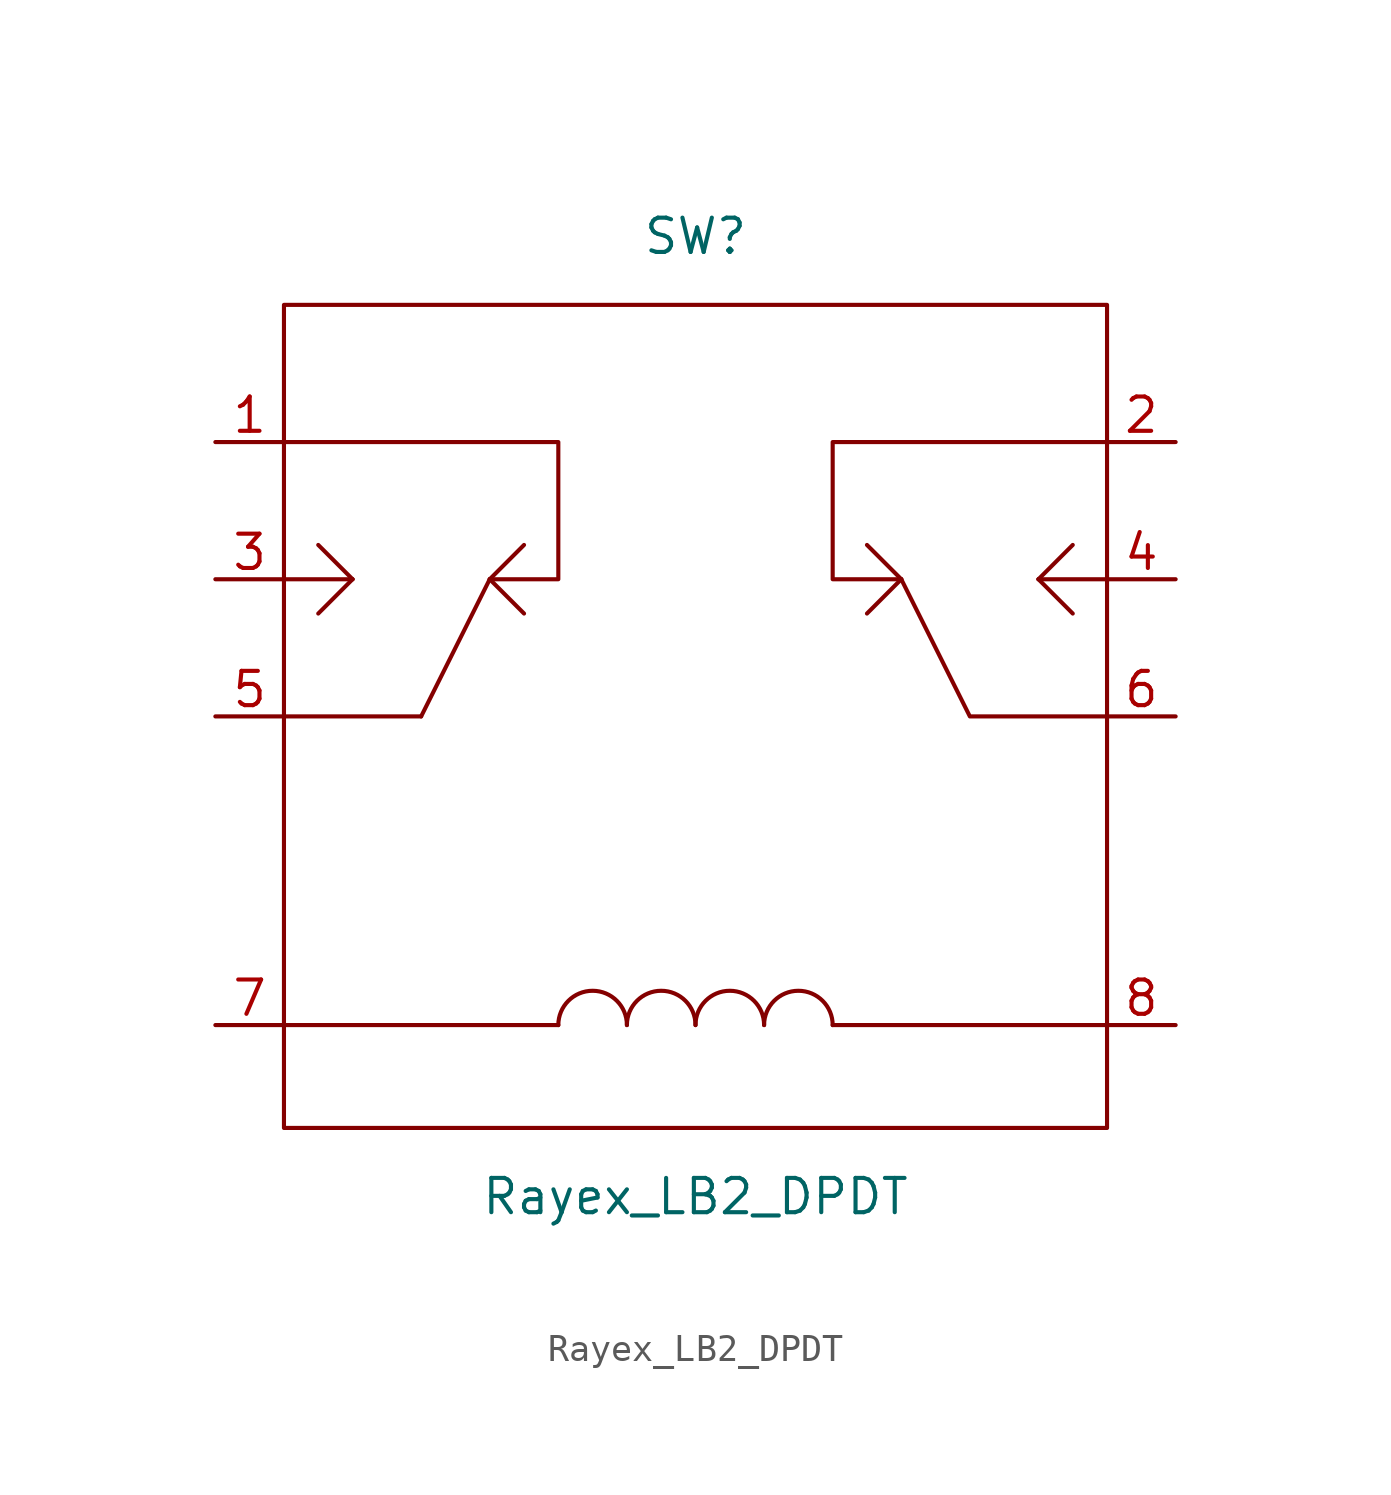
<source format=kicad_sym>
(kicad_symbol_lib
  (version 20211014)
  (generator kicad_symbol_editor)
  (symbol "Rayex_LB2_DPDT"
    (pin_names
      (offset 1.016))
    (property "Reference" "SW"
      (at 0 17.78 0)
      (effects (font (size 1.27 1.27))))
    (property "Value" "Rayex_LB2_DPDT"
      (at 0 -17.78 0)
      (effects (font (size 1.27 1.27))))
    (symbol "Rayex_LB2_DPDT_0_1"
      (rectangle (start -15.24 15.24) (end 15.24 -15.24) (stroke (width 0) (type default) (color 0 0 0 0)) (fill (type none)))
      (arc (start -2.54 -11.43) (mid -3.81 -10.16) (end -5.08 -11.43) (stroke (width 0) (type default) (color 0 0 0 0)) (fill (type none)))
      (polyline (pts (xy -15.24 -11.43) (xy -5.08 -11.43)) (stroke (width 0) (type default) (color 0 0 0 0)) (fill (type none)))
      (polyline (pts (xy -15.24 0) (xy -10.16 0)) (stroke (width 0) (type default) (color 0 0 0 0)) (fill (type none)))
      (polyline (pts (xy -15.24 5.08) (xy -12.7 5.08)) (stroke (width 0) (type default) (color 0 0 0 0)) (fill (type none)))
      (polyline (pts (xy -12.7 5.08) (xy -13.97 3.81)) (stroke (width 0) (type default) (color 0 0 0 0)) (fill (type none)))
      (polyline (pts (xy -12.7 5.08) (xy -13.97 6.35)) (stroke (width 0) (type default) (color 0 0 0 0)) (fill (type none)))
      (polyline (pts (xy -10.16 0) (xy -7.62 5.08)) (stroke (width 0) (type default) (color 0 0 0 0)) (fill (type none)))
      (polyline (pts (xy -7.62 5.08) (xy -6.35 3.81)) (stroke (width 0) (type default) (color 0 0 0 0)) (fill (type none)))
      (polyline (pts (xy -7.62 5.08) (xy -6.35 6.35)) (stroke (width 0) (type default) (color 0 0 0 0)) (fill (type none)))
      (polyline (pts (xy 5.08 -11.43) (xy 15.24 -11.43)) (stroke (width 0) (type default) (color 0 0 0 0)) (fill (type none)))
      (polyline (pts (xy 7.62 5.08) (xy 6.35 3.81)) (stroke (width 0) (type default) (color 0 0 0 0)) (fill (type none)))
      (polyline (pts (xy 7.62 5.08) (xy 6.35 6.35)) (stroke (width 0) (type default) (color 0 0 0 0)) (fill (type none)))
      (polyline (pts (xy 12.7 5.08) (xy 13.97 3.81)) (stroke (width 0) (type default) (color 0 0 0 0)) (fill (type none)))
      (polyline (pts (xy 12.7 5.08) (xy 13.97 6.35)) (stroke (width 0) (type default) (color 0 0 0 0)) (fill (type none)))
      (polyline (pts (xy 15.24 5.08) (xy 12.7 5.08)) (stroke (width 0) (type default) (color 0 0 0 0)) (fill (type none)))
      (polyline (pts (xy 15.24 0) (xy 10.16 0) (xy 7.62 5.08)) (stroke (width 0) (type default) (color 0 0 0 0)) (fill (type none)))
      (polyline (pts (xy -7.62 5.08) (xy -5.08 5.08) (xy -5.08 10.16) (xy -15.24 10.16)) (stroke (width 0) (type default) (color 0 0 0 0)) (fill (type none)))
      (polyline (pts (xy 7.62 5.08) (xy 5.08 5.08) (xy 5.08 10.16) (xy 15.24 10.16)) (stroke (width 0) (type default) (color 0 0 0 0)) (fill (type none))))
    (symbol "Rayex_LB2_DPDT_1_1"
      (arc (start 0 -11.43) (mid -1.27 -10.16) (end -2.54 -11.43) (stroke (width 0) (type default) (color 0 0 0 0)) (fill (type none)))
      (arc (start 2.54 -11.43) (mid 1.27 -10.16) (end 0 -11.43) (stroke (width 0) (type default) (color 0 0 0 0)) (fill (type none)))
      (arc (start 5.08 -11.43) (mid 3.81 -10.16) (end 2.54 -11.43) (stroke (width 0) (type default) (color 0 0 0 0)) (fill (type none)))
      (pin passive line (at -17.78 10.16 0) (length 2.54) (name "~" (effects (font (size 1.27 1.27)))) (number "1" (effects (font (size 1.27 1.27)))))
      (pin passive line (at 17.78 10.16 180) (length 2.54) (name "~" (effects (font (size 1.27 1.27)))) (number "2" (effects (font (size 1.27 1.27)))))
      (pin passive line (at -17.78 5.08 0) (length 2.54) (name "~" (effects (font (size 1.27 1.27)))) (number "3" (effects (font (size 1.27 1.27)))))
      (pin passive line (at 17.78 5.08 180) (length 2.54) (name "~" (effects (font (size 1.27 1.27)))) (number "4" (effects (font (size 1.27 1.27)))))
      (pin passive line (at -17.78 0 0) (length 2.54) (name "~" (effects (font (size 1.27 1.27)))) (number "5" (effects (font (size 1.27 1.27)))))
      (pin passive line (at 17.78 0 180) (length 2.54) (name "~" (effects (font (size 1.27 1.27)))) (number "6" (effects (font (size 1.27 1.27)))))
      (pin passive line (at -17.78 -11.43 0) (length 2.54) (name "~" (effects (font (size 1.27 1.27)))) (number "7" (effects (font (size 1.27 1.27)))))
      (pin passive line (at 17.78 -11.43 180) (length 2.54) (name "~" (effects (font (size 1.27 1.27)))) (number "8" (effects (font (size 1.27 1.27))))))))
</source>
